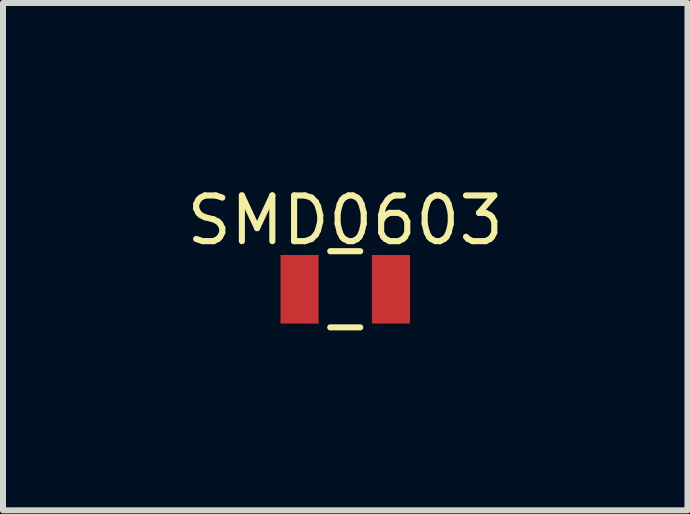
<source format=kicad_pcb>
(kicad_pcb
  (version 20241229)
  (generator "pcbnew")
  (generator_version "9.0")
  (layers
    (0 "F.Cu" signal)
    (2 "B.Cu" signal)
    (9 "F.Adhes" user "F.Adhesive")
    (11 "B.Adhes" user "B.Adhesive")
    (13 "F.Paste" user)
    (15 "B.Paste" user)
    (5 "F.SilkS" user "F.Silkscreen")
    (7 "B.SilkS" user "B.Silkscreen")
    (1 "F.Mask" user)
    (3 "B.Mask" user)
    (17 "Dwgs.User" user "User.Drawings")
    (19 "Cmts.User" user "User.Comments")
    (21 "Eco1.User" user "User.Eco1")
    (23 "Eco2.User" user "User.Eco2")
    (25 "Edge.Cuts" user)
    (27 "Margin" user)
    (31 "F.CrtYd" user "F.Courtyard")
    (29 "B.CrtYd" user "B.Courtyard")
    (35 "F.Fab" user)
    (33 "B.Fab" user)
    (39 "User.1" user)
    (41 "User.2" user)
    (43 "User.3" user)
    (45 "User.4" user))
  (footprint "SMD0603"
    (layer "F.Cu")
    (at 2.707 1.774)
    (property "Reference" "SMD0603" (at 0 -1.15 0) (layer "F.SilkS") (effects (font (size 0.762 0.762) (thickness 0.102))))
    (attr smd)
    (fp_line (start -0.25 -0.635) (end 0.25 -0.635) (stroke (width 0.102) (type solid)) (layer "F.SilkS"))
    (fp_line (start 0.25 0.635) (end -0.25 0.635) (stroke (width 0.102) (type solid)) (layer "F.SilkS"))
    (pad "1" smd rect (at -0.762 0) (size 0.635 1.143) (layers "F.Cu" "F.Mask" "F.Paste"))
    (pad "2" smd rect (at 0.762 0) (size 0.635 1.143) (layers "F.Cu" "F.Mask" "F.Paste")))
  (gr_rect
    (start -3 -3)
    (end 8.414 5.46)
    (stroke (width 0.1) (type default))
    (fill no)
    (layer "Edge.Cuts")))
</source>
